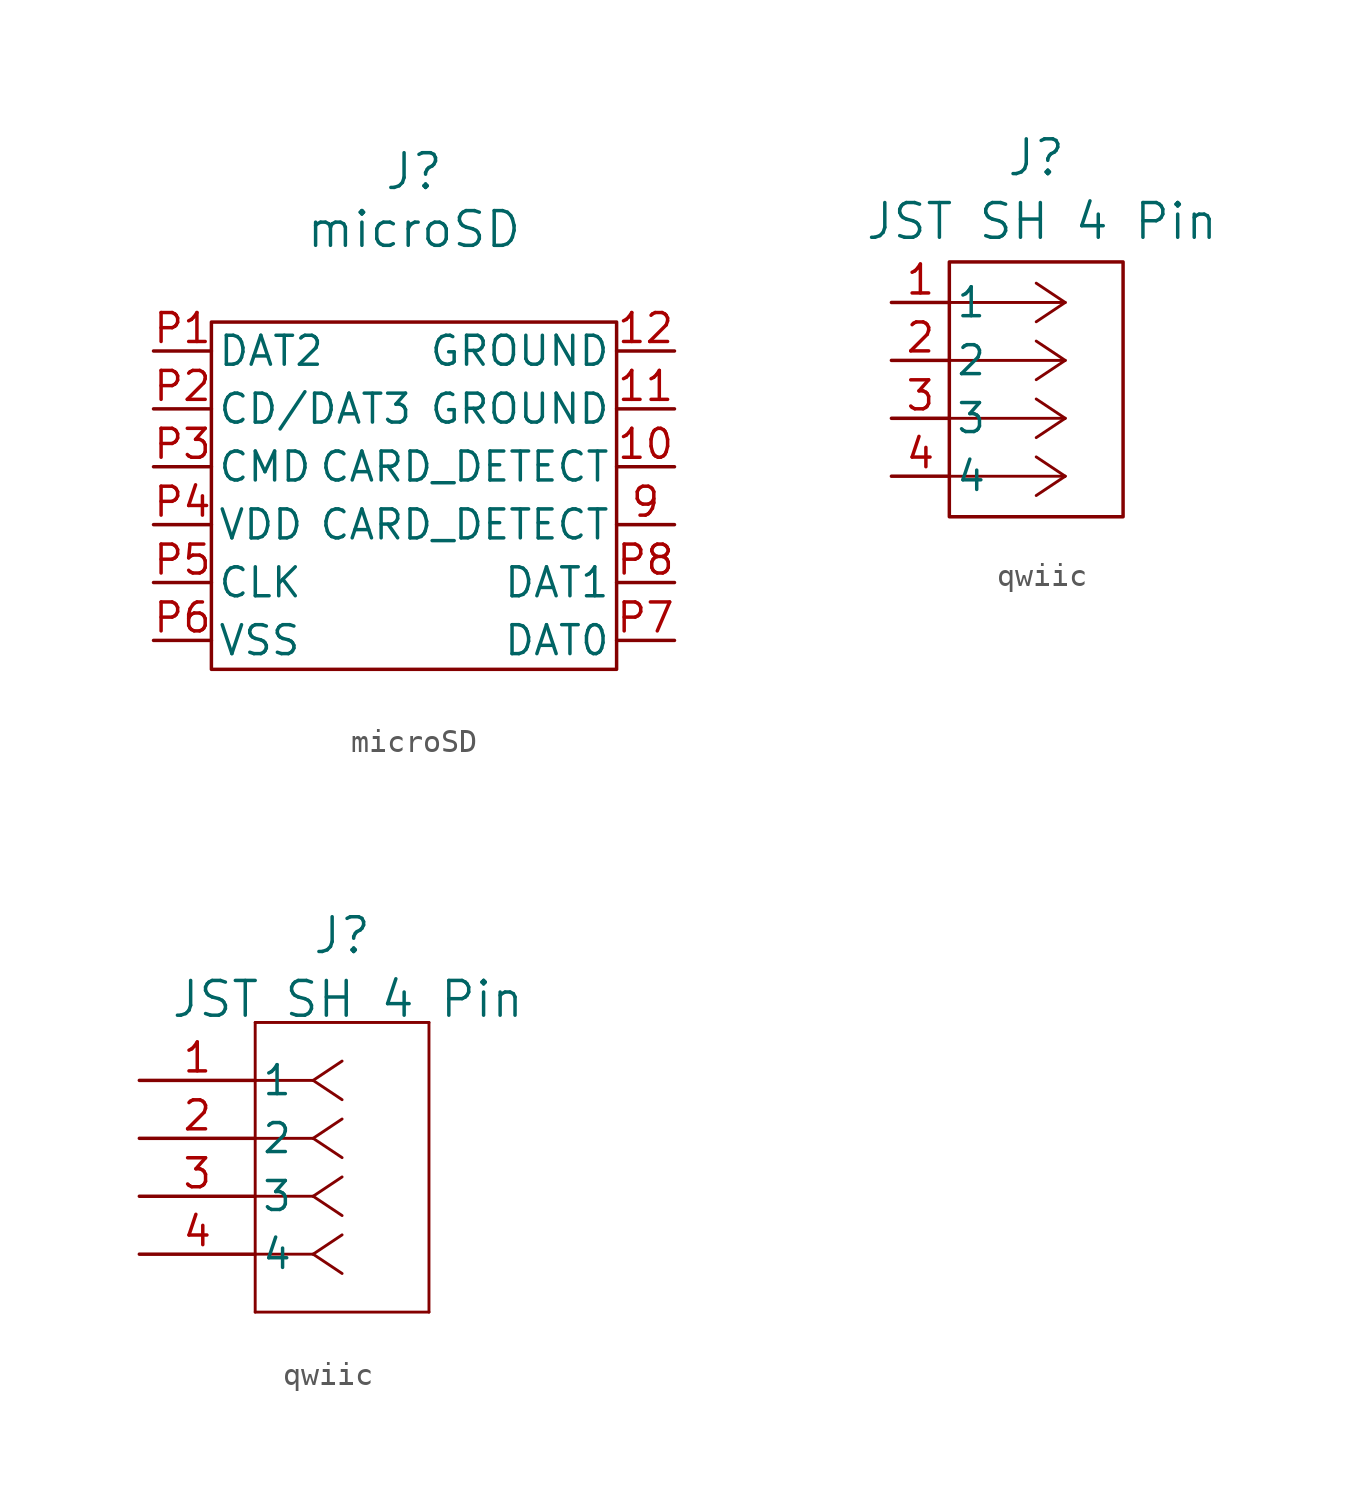
<source format=kicad_sym>
(kicad_symbol_lib
  (version 20231120)
  (generator "kicad_symbol_editor")
  (generator_version "8.0")
  (symbol "microSD"
    (pin_names
      (offset 0.254))
    (property "Reference" "J"
      (at 0 14.224 0)
      (effects (font (size 1.524 1.524))))
    (property "Value" "microSD"
      (at 0 11.684 0)
      (effects (font (size 1.524 1.524))))
    (symbol "microSD_0_1"
      (pin passive line (at 11.43 1.27 180) (length 2.54) (name "CARD_DETECT" (effects (font (size 1.27 1.27)))) (number "10" (effects (font (size 1.27 1.27)))))
      (pin power_in line (at 11.43 3.81 180) (length 2.54) (name "GROUND" (effects (font (size 1.27 1.27)))) (number "11" (effects (font (size 1.27 1.27)))))
      (pin power_in line (at 11.43 6.35 180) (length 2.54) (name "GROUND" (effects (font (size 1.27 1.27)))) (number "12" (effects (font (size 1.27 1.27)))))
      (pin passive line (at 11.43 -1.27 180) (length 2.54) (name "CARD_DETECT" (effects (font (size 1.27 1.27)))) (number "9" (effects (font (size 1.27 1.27)))))
      (pin bidirectional line (at -11.43 6.35 0) (length 2.54) (name "DAT2" (effects (font (size 1.27 1.27)))) (number "P1" (effects (font (size 1.27 1.27)))))
      (pin bidirectional line (at -11.43 3.81 0) (length 2.54) (name "CD/DAT3" (effects (font (size 1.27 1.27)))) (number "P2" (effects (font (size 1.27 1.27)))))
      (pin bidirectional line (at -11.43 1.27 0) (length 2.54) (name "CMD" (effects (font (size 1.27 1.27)))) (number "P3" (effects (font (size 1.27 1.27)))))
      (pin power_in line (at -11.43 -1.27 0) (length 2.54) (name "VDD" (effects (font (size 1.27 1.27)))) (number "P4" (effects (font (size 1.27 1.27)))))
      (pin input line (at -11.43 -3.81 0) (length 2.54) (name "CLK" (effects (font (size 1.27 1.27)))) (number "P5" (effects (font (size 1.27 1.27)))))
      (pin power_in line (at -11.43 -6.35 0) (length 2.54) (name "VSS" (effects (font (size 1.27 1.27)))) (number "P6" (effects (font (size 1.27 1.27)))))
      (pin bidirectional line (at 11.43 -6.35 180) (length 2.54) (name "DAT0" (effects (font (size 1.27 1.27)))) (number "P7" (effects (font (size 1.27 1.27)))))
      (pin bidirectional line (at 11.43 -3.81 180) (length 2.54) (name "DAT1" (effects (font (size 1.27 1.27)))) (number "P8" (effects (font (size 1.27 1.27))))))
    (symbol "microSD_1_1"
      (rectangle (start -8.89 7.62) (end 8.89 -7.62) (stroke (width 0) (type default)) (fill (type none)))))
  (symbol "qwiic"
    (pin_names
      (offset 0.254))
    (property "Reference" "J"
      (at 8.89 6.35 0)
      (effects (font (size 1.524 1.524))))
    (property "Value" "JST SH 4 Pin"
      (at 9.144 3.556 0)
      (effects (font (size 1.524 1.524))))
    (symbol "qwiic_0_1"
      (rectangle (start 5.08 1.778) (end 12.7 -9.398) (stroke (width 0) (type default)) (fill (type none))))
    (symbol "qwiic_1_1"
      (polyline (pts (xy 10.16 -7.62) (xy 5.08 -7.62)) (stroke (width 0.127) (type default)) (fill (type none)))
      (polyline (pts (xy 10.16 -7.62) (xy 8.89 -8.467)) (stroke (width 0.127) (type default)) (fill (type none)))
      (polyline (pts (xy 10.16 -7.62) (xy 8.89 -6.773)) (stroke (width 0.127) (type default)) (fill (type none)))
      (polyline (pts (xy 10.16 -5.08) (xy 5.08 -5.08)) (stroke (width 0.127) (type default)) (fill (type none)))
      (polyline (pts (xy 10.16 -5.08) (xy 8.89 -5.927)) (stroke (width 0.127) (type default)) (fill (type none)))
      (polyline (pts (xy 10.16 -5.08) (xy 8.89 -4.233)) (stroke (width 0.127) (type default)) (fill (type none)))
      (polyline (pts (xy 10.16 -2.54) (xy 5.08 -2.54)) (stroke (width 0.127) (type default)) (fill (type none)))
      (polyline (pts (xy 10.16 -2.54) (xy 8.89 -3.387)) (stroke (width 0.127) (type default)) (fill (type none)))
      (polyline (pts (xy 10.16 -2.54) (xy 8.89 -1.693)) (stroke (width 0.127) (type default)) (fill (type none)))
      (polyline (pts (xy 10.16 0) (xy 5.08 0)) (stroke (width 0.127) (type default)) (fill (type none)))
      (polyline (pts (xy 10.16 0) (xy 8.89 -0.847)) (stroke (width 0.127) (type default)) (fill (type none)))
      (polyline (pts (xy 10.16 0) (xy 8.89 0.847)) (stroke (width 0.127) (type default)) (fill (type none)))
      (pin passive line (at 2.54 0 0) (length 2.54) (name "1" (effects (font (size 1.27 1.27)))) (number "1" (effects (font (size 1.27 1.27)))))
      (pin passive line (at 2.54 -2.54 0) (length 2.54) (name "2" (effects (font (size 1.27 1.27)))) (number "2" (effects (font (size 1.27 1.27)))))
      (pin passive line (at 2.54 -5.08 0) (length 2.54) (name "3" (effects (font (size 1.27 1.27)))) (number "3" (effects (font (size 1.27 1.27)))))
      (pin passive line (at 2.54 -7.62 0) (length 2.54) (name "4" (effects (font (size 1.27 1.27)))) (number "4" (effects (font (size 1.27 1.27))))))
    (symbol "qwiic_1_2"
      (polyline (pts (xy 5.08 -10.16) (xy 12.7 -10.16)) (stroke (width 0.127) (type default)) (fill (type none)))
      (polyline (pts (xy 5.08 2.54) (xy 5.08 -10.16)) (stroke (width 0.127) (type default)) (fill (type none)))
      (polyline (pts (xy 7.62 -7.62) (xy 5.08 -7.62)) (stroke (width 0.127) (type default)) (fill (type none)))
      (polyline (pts (xy 7.62 -7.62) (xy 8.89 -8.467)) (stroke (width 0.127) (type default)) (fill (type none)))
      (polyline (pts (xy 7.62 -7.62) (xy 8.89 -6.773)) (stroke (width 0.127) (type default)) (fill (type none)))
      (polyline (pts (xy 7.62 -5.08) (xy 5.08 -5.08)) (stroke (width 0.127) (type default)) (fill (type none)))
      (polyline (pts (xy 7.62 -5.08) (xy 8.89 -5.927)) (stroke (width 0.127) (type default)) (fill (type none)))
      (polyline (pts (xy 7.62 -5.08) (xy 8.89 -4.233)) (stroke (width 0.127) (type default)) (fill (type none)))
      (polyline (pts (xy 7.62 -2.54) (xy 5.08 -2.54)) (stroke (width 0.127) (type default)) (fill (type none)))
      (polyline (pts (xy 7.62 -2.54) (xy 8.89 -3.387)) (stroke (width 0.127) (type default)) (fill (type none)))
      (polyline (pts (xy 7.62 -2.54) (xy 8.89 -1.693)) (stroke (width 0.127) (type default)) (fill (type none)))
      (polyline (pts (xy 7.62 0) (xy 5.08 0)) (stroke (width 0.127) (type default)) (fill (type none)))
      (polyline (pts (xy 7.62 0) (xy 8.89 -0.847)) (stroke (width 0.127) (type default)) (fill (type none)))
      (polyline (pts (xy 7.62 0) (xy 8.89 0.847)) (stroke (width 0.127) (type default)) (fill (type none)))
      (polyline (pts (xy 12.7 -10.16) (xy 12.7 2.54)) (stroke (width 0.127) (type default)) (fill (type none)))
      (polyline (pts (xy 12.7 2.54) (xy 5.08 2.54)) (stroke (width 0.127) (type default)) (fill (type none)))
      (pin passive line (at 0 0 0) (length 5.08) (name "1" (effects (font (size 1.27 1.27)))) (number "1" (effects (font (size 1.27 1.27)))))
      (pin passive line (at 0 -2.54 0) (length 5.08) (name "2" (effects (font (size 1.27 1.27)))) (number "2" (effects (font (size 1.27 1.27)))))
      (pin passive line (at 0 -5.08 0) (length 5.08) (name "3" (effects (font (size 1.27 1.27)))) (number "3" (effects (font (size 1.27 1.27)))))
      (pin passive line (at 0 -7.62 0) (length 5.08) (name "4" (effects (font (size 1.27 1.27)))) (number "4" (effects (font (size 1.27 1.27))))))))
</source>
